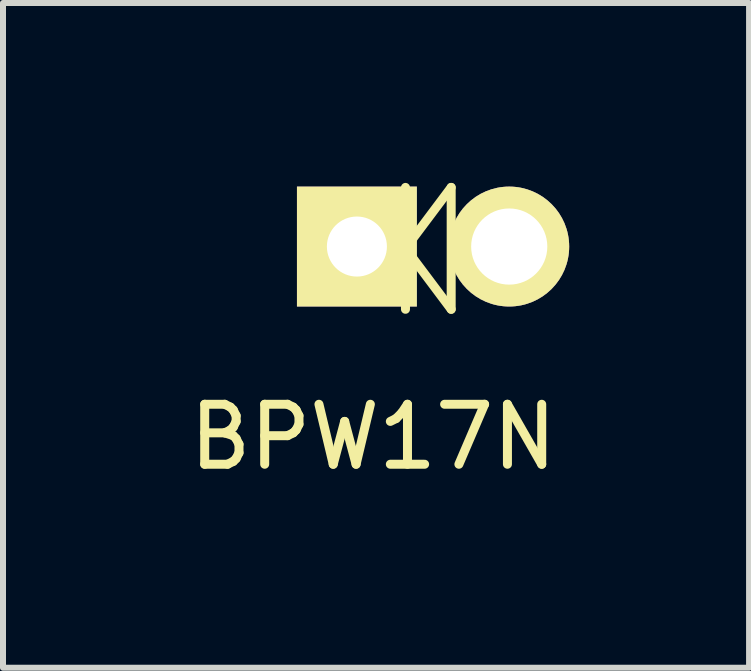
<source format=kicad_pcb>
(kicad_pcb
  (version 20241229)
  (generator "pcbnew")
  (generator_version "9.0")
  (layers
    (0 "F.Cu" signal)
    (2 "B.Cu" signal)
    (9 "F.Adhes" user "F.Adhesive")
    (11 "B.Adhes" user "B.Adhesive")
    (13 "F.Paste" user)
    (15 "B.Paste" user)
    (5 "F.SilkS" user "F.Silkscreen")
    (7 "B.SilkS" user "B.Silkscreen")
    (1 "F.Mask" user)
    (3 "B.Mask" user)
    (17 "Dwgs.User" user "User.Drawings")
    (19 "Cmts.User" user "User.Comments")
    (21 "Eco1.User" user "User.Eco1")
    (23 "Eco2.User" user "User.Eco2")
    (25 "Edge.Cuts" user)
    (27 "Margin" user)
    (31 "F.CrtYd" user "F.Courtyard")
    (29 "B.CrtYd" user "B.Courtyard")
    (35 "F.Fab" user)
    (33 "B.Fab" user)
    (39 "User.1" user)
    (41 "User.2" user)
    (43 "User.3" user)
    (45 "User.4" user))
  (footprint "BPW17N"
    (layer "F.Cu")
    (at 2.901 1.061)
    (property "Reference" "BPW17N" (at 0.272 3.175 0) (layer "F.SilkS") (effects (font (size 1 1) (thickness 0.15))))
    (attr through_hole)
    (fp_line (start 0.81 -0.986) (end 0.81 1.046) (stroke (width 0.15) (type solid)) (layer "F.SilkS"))
    (fp_line (start 0.81 0.03) (end 1.572 1.046) (stroke (width 0.15) (type solid)) (layer "F.SilkS"))
    (fp_line (start 1.572 -0.986) (end 0.81 0.03) (stroke (width 0.15) (type solid)) (layer "F.SilkS"))
    (fp_line (start 1.572 -0.986) (end 1.572 1.046) (stroke (width 0.15) (type solid)) (layer "F.SilkS"))
    (pad "1" thru_hole rect (at 0 0 180) (size 1.999 1.999) (drill 1.001) (layers "*.Cu" "*.Mask" "F.SilkS"))
    (pad "2" thru_hole circle (at 2.54 0 180) (size 1.999 1.999) (drill 1.27) (layers "*.Cu" "*.Mask" "F.SilkS")))
  (gr_rect
    (start -3 -3)
    (end 9.44 8.084)
    (stroke (width 0.1) (type default))
    (fill no)
    (layer "Edge.Cuts")))
</source>
